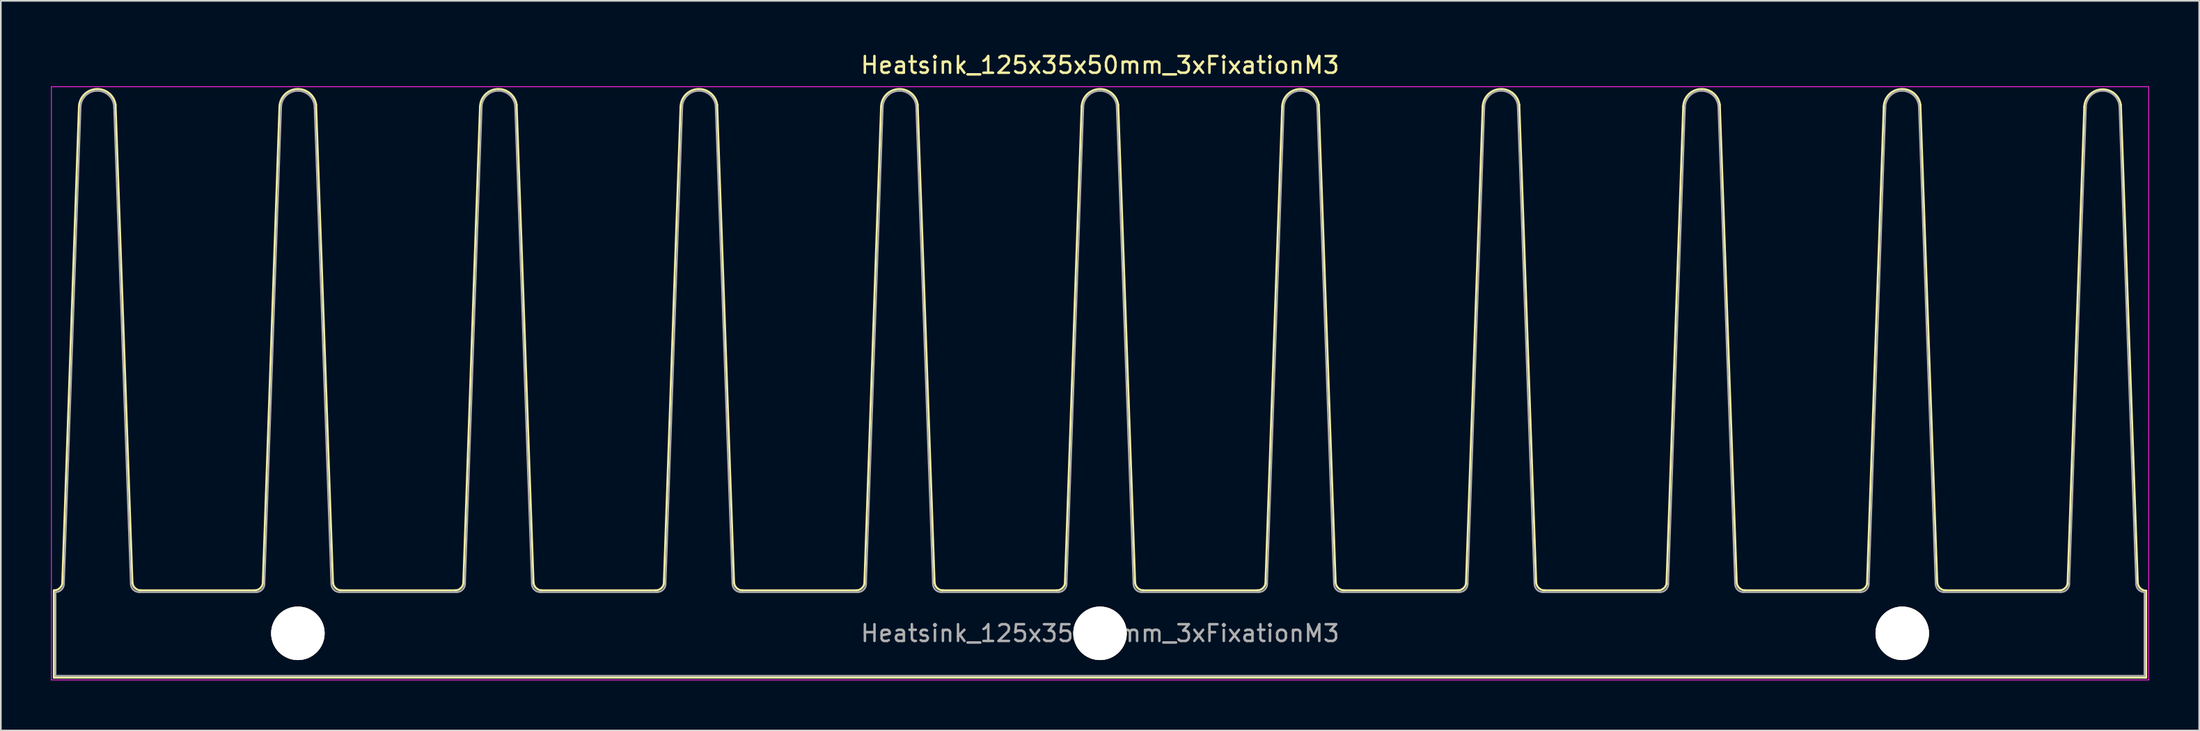
<source format=kicad_pcb>
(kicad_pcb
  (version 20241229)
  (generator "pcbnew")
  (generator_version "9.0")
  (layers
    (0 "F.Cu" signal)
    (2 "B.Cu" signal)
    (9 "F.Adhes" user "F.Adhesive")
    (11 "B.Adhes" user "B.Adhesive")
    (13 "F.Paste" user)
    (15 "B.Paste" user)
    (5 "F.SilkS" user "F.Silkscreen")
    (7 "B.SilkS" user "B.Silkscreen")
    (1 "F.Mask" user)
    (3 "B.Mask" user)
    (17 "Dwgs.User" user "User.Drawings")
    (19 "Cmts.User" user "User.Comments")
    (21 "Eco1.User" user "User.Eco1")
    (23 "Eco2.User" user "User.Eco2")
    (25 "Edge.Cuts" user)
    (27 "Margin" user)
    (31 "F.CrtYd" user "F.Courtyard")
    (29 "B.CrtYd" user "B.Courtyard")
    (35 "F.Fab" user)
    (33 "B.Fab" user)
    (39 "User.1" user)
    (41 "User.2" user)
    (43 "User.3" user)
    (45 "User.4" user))
  (footprint "Heatsink_125x35x50mm_3xFixationM3"
    (layer "F.Cu")
    (at 62.775 34.848)
    (property "Reference" "Heatsink_125x35x50mm_3xFixationM3" (at 0 -34 0) (layer "F.SilkS") (effects (font (size 1 1) (thickness 0.15))))
    (attr through_hole)
    (fp_line (start -62.6 2.65) (end -62.6 -2.57) (stroke (width 0.12) (type solid)) (layer "F.SilkS"))
    (fp_line (start -62.1 -2.97) (end -61.1 -31.52) (stroke (width 0.12) (type solid)) (layer "F.SilkS"))
    (fp_line (start -57.9 -3.02) (end -58.91 -31.62) (stroke (width 0.12) (type solid)) (layer "F.SilkS"))
    (fp_line (start -50.58 -2.57) (end -57.42 -2.57) (stroke (width 0.12) (type solid)) (layer "F.SilkS"))
    (fp_line (start -50.1 -2.97) (end -49.1 -31.52) (stroke (width 0.12) (type solid)) (layer "F.SilkS"))
    (fp_line (start -45.9 -3.02) (end -46.91 -31.62) (stroke (width 0.12) (type solid)) (layer "F.SilkS"))
    (fp_line (start -38.58 -2.57) (end -45.42 -2.57) (stroke (width 0.12) (type solid)) (layer "F.SilkS"))
    (fp_line (start -38.1 -2.97) (end -37.1 -31.52) (stroke (width 0.12) (type solid)) (layer "F.SilkS"))
    (fp_line (start -33.9 -3.02) (end -34.91 -31.62) (stroke (width 0.12) (type solid)) (layer "F.SilkS"))
    (fp_line (start -26.58 -2.57) (end -33.42 -2.57) (stroke (width 0.12) (type solid)) (layer "F.SilkS"))
    (fp_line (start -26.1 -2.97) (end -25.1 -31.52) (stroke (width 0.12) (type solid)) (layer "F.SilkS"))
    (fp_line (start -21.9 -3.02) (end -22.91 -31.62) (stroke (width 0.12) (type solid)) (layer "F.SilkS"))
    (fp_line (start -14.58 -2.57) (end -21.42 -2.57) (stroke (width 0.12) (type solid)) (layer "F.SilkS"))
    (fp_line (start -14.1 -2.97) (end -13.1 -31.52) (stroke (width 0.12) (type solid)) (layer "F.SilkS"))
    (fp_line (start -9.9 -3.02) (end -10.91 -31.62) (stroke (width 0.12) (type solid)) (layer "F.SilkS"))
    (fp_line (start -2.58 -2.57) (end -9.42 -2.57) (stroke (width 0.12) (type solid)) (layer "F.SilkS"))
    (fp_line (start -2.1 -2.97) (end -1.1 -31.52) (stroke (width 0.12) (type solid)) (layer "F.SilkS"))
    (fp_line (start 2.1 -3.02) (end 1.09 -31.62) (stroke (width 0.12) (type solid)) (layer "F.SilkS"))
    (fp_line (start 9.42 -2.57) (end 2.58 -2.57) (stroke (width 0.12) (type solid)) (layer "F.SilkS"))
    (fp_line (start 9.9 -2.97) (end 10.9 -31.52) (stroke (width 0.12) (type solid)) (layer "F.SilkS"))
    (fp_line (start 14.1 -3.02) (end 13.09 -31.62) (stroke (width 0.12) (type solid)) (layer "F.SilkS"))
    (fp_line (start 21.42 -2.57) (end 14.58 -2.57) (stroke (width 0.12) (type solid)) (layer "F.SilkS"))
    (fp_line (start 21.9 -2.97) (end 22.9 -31.52) (stroke (width 0.12) (type solid)) (layer "F.SilkS"))
    (fp_line (start 26.1 -3.02) (end 25.09 -31.62) (stroke (width 0.12) (type solid)) (layer "F.SilkS"))
    (fp_line (start 33.42 -2.57) (end 26.58 -2.57) (stroke (width 0.12) (type solid)) (layer "F.SilkS"))
    (fp_line (start 33.9 -2.97) (end 34.9 -31.52) (stroke (width 0.12) (type solid)) (layer "F.SilkS"))
    (fp_line (start 38.1 -3.02) (end 37.09 -31.62) (stroke (width 0.12) (type solid)) (layer "F.SilkS"))
    (fp_line (start 45.42 -2.57) (end 38.58 -2.57) (stroke (width 0.12) (type solid)) (layer "F.SilkS"))
    (fp_line (start 45.9 -2.97) (end 46.9 -31.52) (stroke (width 0.12) (type solid)) (layer "F.SilkS"))
    (fp_line (start 50.1 -3.02) (end 49.09 -31.62) (stroke (width 0.12) (type solid)) (layer "F.SilkS"))
    (fp_line (start 57.42 -2.57) (end 50.58 -2.57) (stroke (width 0.12) (type solid)) (layer "F.SilkS"))
    (fp_line (start 57.9 -2.95) (end 58.9 -31.5) (stroke (width 0.12) (type solid)) (layer "F.SilkS"))
    (fp_line (start 62.1 -3) (end 61.09 -31.6) (stroke (width 0.12) (type solid)) (layer "F.SilkS"))
    (fp_line (start 62.6 -2.55) (end 62.6 2.65) (stroke (width 0.12) (type solid)) (layer "F.SilkS"))
    (fp_line (start 62.6 2.65) (end -62.6 2.65) (stroke (width 0.12) (type solid)) (layer "F.SilkS"))
    (fp_arc (start -62.101906 -2.961535) (mid -62.277136 -2.679979) (end -62.59 -2.57) (stroke (width 0.12) (type solid)) (layer "F.SilkS"))
    (fp_arc (start -61.1 -31.52) (mid -60.049591 -32.570019) (end -58.908961 -31.618777) (stroke (width 0.12) (type solid)) (layer "F.SilkS"))
    (fp_arc (start -57.4 -2.57) (mid -57.735503 -2.699274) (end -57.897519 -3.020249) (stroke (width 0.12) (type solid)) (layer "F.SilkS"))
    (fp_arc (start -50.101906 -2.961535) (mid -50.277136 -2.679979) (end -50.59 -2.57) (stroke (width 0.12) (type solid)) (layer "F.SilkS"))
    (fp_arc (start -49.1 -31.52) (mid -48.049591 -32.570019) (end -46.908961 -31.618777) (stroke (width 0.12) (type solid)) (layer "F.SilkS"))
    (fp_arc (start -45.4 -2.57) (mid -45.735503 -2.699274) (end -45.897519 -3.020249) (stroke (width 0.12) (type solid)) (layer "F.SilkS"))
    (fp_arc (start -38.101906 -2.961535) (mid -38.277136 -2.679979) (end -38.59 -2.57) (stroke (width 0.12) (type solid)) (layer "F.SilkS"))
    (fp_arc (start -37.1 -31.52) (mid -36.049591 -32.570019) (end -34.908961 -31.618777) (stroke (width 0.12) (type solid)) (layer "F.SilkS"))
    (fp_arc (start -33.4 -2.57) (mid -33.735503 -2.699274) (end -33.897519 -3.020249) (stroke (width 0.12) (type solid)) (layer "F.SilkS"))
    (fp_arc (start -26.101906 -2.961535) (mid -26.277136 -2.679979) (end -26.59 -2.57) (stroke (width 0.12) (type solid)) (layer "F.SilkS"))
    (fp_arc (start -25.1 -31.52) (mid -24.049591 -32.570019) (end -22.908961 -31.618777) (stroke (width 0.12) (type solid)) (layer "F.SilkS"))
    (fp_arc (start -21.4 -2.57) (mid -21.735503 -2.699274) (end -21.897519 -3.020249) (stroke (width 0.12) (type solid)) (layer "F.SilkS"))
    (fp_arc (start -14.101906 -2.961535) (mid -14.277136 -2.679979) (end -14.59 -2.57) (stroke (width 0.12) (type solid)) (layer "F.SilkS"))
    (fp_arc (start -13.1 -31.52) (mid -12.049591 -32.570019) (end -10.908961 -31.618777) (stroke (width 0.12) (type solid)) (layer "F.SilkS"))
    (fp_arc (start -9.4 -2.57) (mid -9.735503 -2.699274) (end -9.897519 -3.020249) (stroke (width 0.12) (type solid)) (layer "F.SilkS"))
    (fp_arc (start -2.101906 -2.961535) (mid -2.277136 -2.679979) (end -2.59 -2.57) (stroke (width 0.12) (type solid)) (layer "F.SilkS"))
    (fp_arc (start -1.1 -31.52) (mid -0.049591 -32.570019) (end 1.091039 -31.618777) (stroke (width 0.12) (type solid)) (layer "F.SilkS"))
    (fp_arc (start 2.6 -2.57) (mid 2.264497 -2.699274) (end 2.102481 -3.020249) (stroke (width 0.12) (type solid)) (layer "F.SilkS"))
    (fp_arc (start 9.898094 -2.961535) (mid 9.722864 -2.679979) (end 9.41 -2.57) (stroke (width 0.12) (type solid)) (layer "F.SilkS"))
    (fp_arc (start 10.9 -31.52) (mid 11.950409 -32.570019) (end 13.091039 -31.618777) (stroke (width 0.12) (type solid)) (layer "F.SilkS"))
    (fp_arc (start 14.6 -2.57) (mid 14.264497 -2.699274) (end 14.102481 -3.020249) (stroke (width 0.12) (type solid)) (layer "F.SilkS"))
    (fp_arc (start 21.898094 -2.961535) (mid 21.722864 -2.679979) (end 21.41 -2.57) (stroke (width 0.12) (type solid)) (layer "F.SilkS"))
    (fp_arc (start 22.9 -31.52) (mid 23.950409 -32.570019) (end 25.091039 -31.618777) (stroke (width 0.12) (type solid)) (layer "F.SilkS"))
    (fp_arc (start 26.6 -2.57) (mid 26.264497 -2.699274) (end 26.102481 -3.020249) (stroke (width 0.12) (type solid)) (layer "F.SilkS"))
    (fp_arc (start 33.898094 -2.961535) (mid 33.722864 -2.679979) (end 33.41 -2.57) (stroke (width 0.12) (type solid)) (layer "F.SilkS"))
    (fp_arc (start 34.9 -31.52) (mid 35.950409 -32.570019) (end 37.091039 -31.618777) (stroke (width 0.12) (type solid)) (layer "F.SilkS"))
    (fp_arc (start 38.6 -2.57) (mid 38.264497 -2.699274) (end 38.102481 -3.020249) (stroke (width 0.12) (type solid)) (layer "F.SilkS"))
    (fp_arc (start 45.898094 -2.961535) (mid 45.722864 -2.679979) (end 45.41 -2.57) (stroke (width 0.12) (type solid)) (layer "F.SilkS"))
    (fp_arc (start 46.9 -31.52) (mid 47.950409 -32.570019) (end 49.091039 -31.618777) (stroke (width 0.12) (type solid)) (layer "F.SilkS"))
    (fp_arc (start 50.6 -2.57) (mid 50.264497 -2.699274) (end 50.102481 -3.020249) (stroke (width 0.12) (type solid)) (layer "F.SilkS"))
    (fp_arc (start 57.898094 -2.961535) (mid 57.722864 -2.679979) (end 57.41 -2.57) (stroke (width 0.12) (type solid)) (layer "F.SilkS"))
    (fp_arc (start 58.9 -31.5) (mid 59.950409 -32.550019) (end 61.091039 -31.598777) (stroke (width 0.12) (type solid)) (layer "F.SilkS"))
    (fp_arc (start 62.6 -2.55) (mid 62.264497 -2.679274) (end 62.102481 -3.000249) (stroke (width 0.12) (type solid)) (layer "F.SilkS"))
    (fp_line (start -62.75 -32.71) (end -62.75 2.79) (stroke (width 0.05) (type solid)) (layer "F.CrtYd"))
    (fp_line (start -62.75 -32.71) (end 62.75 -32.71) (stroke (width 0.05) (type solid)) (layer "F.CrtYd"))
    (fp_line (start 62.75 2.79) (end -62.75 2.79) (stroke (width 0.05) (type solid)) (layer "F.CrtYd"))
    (fp_line (start 62.75 2.79) (end 62.75 -32.71) (stroke (width 0.05) (type solid)) (layer "F.CrtYd"))
    (fp_line (start -62.5 2.54) (end 62.5 2.54) (stroke (width 0.1) (type solid)) (layer "F.Fab"))
    (fp_line (start -62.499 2.54) (end -62.499 -2.461) (stroke (width 0.1) (type solid)) (layer "F.Fab"))
    (fp_line (start -61.001 -31.463) (end -61.999 -2.962) (stroke (width 0.1) (type solid)) (layer "F.Fab"))
    (fp_line (start -58.001 -2.962) (end -58.999 -31.463) (stroke (width 0.1) (type solid)) (layer "F.Fab"))
    (fp_line (start -50.5 -2.461) (end -57.501 -2.461) (stroke (width 0.1) (type solid)) (layer "F.Fab"))
    (fp_line (start -49.002 -31.46) (end -50 -2.959) (stroke (width 0.1) (type solid)) (layer "F.Fab"))
    (fp_line (start -46.002 -2.959) (end -47 -31.46) (stroke (width 0.1) (type solid)) (layer "F.Fab"))
    (fp_line (start -38.499 -2.461) (end -45.499 -2.461) (stroke (width 0.1) (type solid)) (layer "F.Fab"))
    (fp_line (start -37 -31.463) (end -37.998 -2.962) (stroke (width 0.1) (type solid)) (layer "F.Fab"))
    (fp_line (start -34 -2.962) (end -34.999 -31.463) (stroke (width 0.1) (type solid)) (layer "F.Fab"))
    (fp_line (start -26.5 -2.461) (end -33.5 -2.461) (stroke (width 0.1) (type solid)) (layer "F.Fab"))
    (fp_line (start -24.999 -31.463) (end -25.997 -2.962) (stroke (width 0.1) (type solid)) (layer "F.Fab"))
    (fp_line (start -21.999 -2.962) (end -22.997 -31.463) (stroke (width 0.1) (type solid)) (layer "F.Fab"))
    (fp_line (start -14.501 -2.461) (end -21.501 -2.461) (stroke (width 0.1) (type solid)) (layer "F.Fab"))
    (fp_line (start -13 -31.46) (end -13.998 -2.959) (stroke (width 0.1) (type solid)) (layer "F.Fab"))
    (fp_line (start -10 -2.959) (end -10.998 -31.46) (stroke (width 0.1) (type solid)) (layer "F.Fab"))
    (fp_line (start -2.499 -2.461) (end -9.5 -2.461) (stroke (width 0.1) (type solid)) (layer "F.Fab"))
    (fp_line (start -1.001 -31.46) (end -1.999 -2.959) (stroke (width 0.1) (type solid)) (layer "F.Fab"))
    (fp_line (start 1.999 -2.959) (end 1.001 -31.46) (stroke (width 0.1) (type solid)) (layer "F.Fab"))
    (fp_line (start 9.5 -2.461) (end 2.499 -2.461) (stroke (width 0.1) (type solid)) (layer "F.Fab"))
    (fp_line (start 10.998 -31.463) (end 10 -2.962) (stroke (width 0.1) (type solid)) (layer "F.Fab"))
    (fp_line (start 13.998 -2.962) (end 13 -31.463) (stroke (width 0.1) (type solid)) (layer "F.Fab"))
    (fp_line (start 21.501 -2.461) (end 14.501 -2.461) (stroke (width 0.1) (type solid)) (layer "F.Fab"))
    (fp_line (start 22.997 -31.463) (end 21.999 -2.962) (stroke (width 0.1) (type solid)) (layer "F.Fab"))
    (fp_line (start 25.997 -2.962) (end 24.999 -31.463) (stroke (width 0.1) (type solid)) (layer "F.Fab"))
    (fp_line (start 33.5 -2.461) (end 26.5 -2.461) (stroke (width 0.1) (type solid)) (layer "F.Fab"))
    (fp_line (start 35.001 -31.46) (end 34.003 -2.959) (stroke (width 0.1) (type solid)) (layer "F.Fab"))
    (fp_line (start 38.001 -2.959) (end 37.003 -31.46) (stroke (width 0.1) (type solid)) (layer "F.Fab"))
    (fp_line (start 45.499 -2.461) (end 38.499 -2.461) (stroke (width 0.1) (type solid)) (layer "F.Fab"))
    (fp_line (start 47 -31.46) (end 46.002 -2.959) (stroke (width 0.1) (type solid)) (layer "F.Fab"))
    (fp_line (start 50 -2.959) (end 49.002 -31.46) (stroke (width 0.1) (type solid)) (layer "F.Fab"))
    (fp_line (start 57.501 -2.461) (end 50.5 -2.461) (stroke (width 0.1) (type solid)) (layer "F.Fab"))
    (fp_line (start 58.999 -31.463) (end 58.001 -2.962) (stroke (width 0.1) (type solid)) (layer "F.Fab"))
    (fp_line (start 61.999 -2.962) (end 61.001 -31.463) (stroke (width 0.1) (type solid)) (layer "F.Fab"))
    (fp_line (start 62.5 2.54) (end 62.5 -2.46) (stroke (width 0.1) (type solid)) (layer "F.Fab"))
    (fp_arc (start -61.99632 -2.96418) (mid -62.142878 -2.610358) (end -62.4967 -2.4638) (stroke (width 0.1) (type solid)) (layer "F.Fab"))
    (fp_arc (start -61.00064 -31.46298) (mid -60.707524 -32.170624) (end -59.99988 -32.46374) (stroke (width 0.1) (type solid)) (layer "F.Fab"))
    (fp_arc (start -59.99988 -32.46374) (mid -59.292236 -32.170624) (end -58.99912 -31.46298) (stroke (width 0.1) (type solid)) (layer "F.Fab"))
    (fp_arc (start -57.50052 -2.4638) (mid -57.852546 -2.609614) (end -57.99836 -2.96164) (stroke (width 0.1) (type solid)) (layer "F.Fab"))
    (fp_arc (start -49.99736 -2.96164) (mid -50.143918 -2.607818) (end -50.49774 -2.46126) (stroke (width 0.1) (type solid)) (layer "F.Fab"))
    (fp_arc (start -49.00168 -31.46044) (mid -48.708564 -32.168084) (end -48.00092 -32.4612) (stroke (width 0.1) (type solid)) (layer "F.Fab"))
    (fp_arc (start -48.00092 -32.4612) (mid -47.293276 -32.168084) (end -47.00016 -31.46044) (stroke (width 0.1) (type solid)) (layer "F.Fab"))
    (fp_arc (start -45.50156 -2.46126) (mid -45.853586 -2.607074) (end -45.9994 -2.9591) (stroke (width 0.1) (type solid)) (layer "F.Fab"))
    (fp_arc (start -37.99586 -2.96418) (mid -38.142418 -2.610358) (end -38.49624 -2.4638) (stroke (width 0.1) (type solid)) (layer "F.Fab"))
    (fp_arc (start -37.00018 -31.46298) (mid -36.707064 -32.170624) (end -35.99942 -32.46374) (stroke (width 0.1) (type solid)) (layer "F.Fab"))
    (fp_arc (start -35.99942 -32.46374) (mid -35.291776 -32.170624) (end -34.99866 -31.46298) (stroke (width 0.1) (type solid)) (layer "F.Fab"))
    (fp_arc (start -33.50006 -2.4638) (mid -33.852086 -2.609614) (end -33.9979 -2.96164) (stroke (width 0.1) (type solid)) (layer "F.Fab"))
    (fp_arc (start -25.99436 -2.96418) (mid -26.140918 -2.610358) (end -26.49474 -2.4638) (stroke (width 0.1) (type solid)) (layer "F.Fab"))
    (fp_arc (start -24.99868 -31.46298) (mid -24.705564 -32.170624) (end -23.99792 -32.46374) (stroke (width 0.1) (type solid)) (layer "F.Fab"))
    (fp_arc (start -23.99792 -32.46374) (mid -23.290276 -32.170624) (end -22.99716 -31.46298) (stroke (width 0.1) (type solid)) (layer "F.Fab"))
    (fp_arc (start -21.49856 -2.4638) (mid -21.850586 -2.609614) (end -21.9964 -2.96164) (stroke (width 0.1) (type solid)) (layer "F.Fab"))
    (fp_arc (start -13.9954 -2.96164) (mid -14.141958 -2.607818) (end -14.49578 -2.46126) (stroke (width 0.1) (type solid)) (layer "F.Fab"))
    (fp_arc (start -12.99972 -31.46044) (mid -12.706604 -32.168084) (end -11.99896 -32.4612) (stroke (width 0.1) (type solid)) (layer "F.Fab"))
    (fp_arc (start -11.99896 -32.4612) (mid -11.291316 -32.168084) (end -10.9982 -31.46044) (stroke (width 0.1) (type solid)) (layer "F.Fab"))
    (fp_arc (start -9.4996 -2.46126) (mid -9.851626 -2.607074) (end -9.99744 -2.9591) (stroke (width 0.1) (type solid)) (layer "F.Fab"))
    (fp_arc (start -1.99644 -2.96164) (mid -2.142998 -2.607818) (end -2.49682 -2.46126) (stroke (width 0.1) (type solid)) (layer "F.Fab"))
    (fp_arc (start -1.00076 -31.46044) (mid -0.707644 -32.168084) (end 0 -32.4612) (stroke (width 0.1) (type solid)) (layer "F.Fab"))
    (fp_arc (start 0 -32.4612) (mid 0.707644 -32.168084) (end 1.00076 -31.46044) (stroke (width 0.1) (type solid)) (layer "F.Fab"))
    (fp_arc (start 2.49936 -2.46126) (mid 2.147334 -2.607074) (end 2.00152 -2.9591) (stroke (width 0.1) (type solid)) (layer "F.Fab"))
    (fp_arc (start 10.00252 -2.96418) (mid 9.855962 -2.610358) (end 9.50214 -2.4638) (stroke (width 0.1) (type solid)) (layer "F.Fab"))
    (fp_arc (start 10.9982 -31.46298) (mid 11.291316 -32.170624) (end 11.99896 -32.46374) (stroke (width 0.1) (type solid)) (layer "F.Fab"))
    (fp_arc (start 11.99896 -32.46374) (mid 12.706604 -32.170624) (end 12.99972 -31.46298) (stroke (width 0.1) (type solid)) (layer "F.Fab"))
    (fp_arc (start 14.49832 -2.4638) (mid 14.146294 -2.609614) (end 14.00048 -2.96164) (stroke (width 0.1) (type solid)) (layer "F.Fab"))
    (fp_arc (start 22.00148 -2.96418) (mid 21.854922 -2.610358) (end 21.5011 -2.4638) (stroke (width 0.1) (type solid)) (layer "F.Fab"))
    (fp_arc (start 22.99716 -31.46298) (mid 23.290276 -32.170624) (end 23.99792 -32.46374) (stroke (width 0.1) (type solid)) (layer "F.Fab"))
    (fp_arc (start 23.99792 -32.46374) (mid 24.705564 -32.170624) (end 24.99868 -31.46298) (stroke (width 0.1) (type solid)) (layer "F.Fab"))
    (fp_arc (start 26.49728 -2.4638) (mid 26.145254 -2.609614) (end 25.99944 -2.96164) (stroke (width 0.1) (type solid)) (layer "F.Fab"))
    (fp_arc (start 34.00552 -2.96164) (mid 33.858962 -2.607818) (end 33.50514 -2.46126) (stroke (width 0.1) (type solid)) (layer "F.Fab"))
    (fp_arc (start 35.0012 -31.46044) (mid 35.294316 -32.168084) (end 36.00196 -32.4612) (stroke (width 0.1) (type solid)) (layer "F.Fab"))
    (fp_arc (start 36.00196 -32.4612) (mid 36.709604 -32.168084) (end 37.00272 -31.46044) (stroke (width 0.1) (type solid)) (layer "F.Fab"))
    (fp_arc (start 38.50132 -2.46126) (mid 38.149294 -2.607074) (end 38.00348 -2.9591) (stroke (width 0.1) (type solid)) (layer "F.Fab"))
    (fp_arc (start 46.00448 -2.96164) (mid 45.857922 -2.607818) (end 45.5041 -2.46126) (stroke (width 0.1) (type solid)) (layer "F.Fab"))
    (fp_arc (start 47.00016 -31.46044) (mid 47.293276 -32.168084) (end 48.00092 -32.4612) (stroke (width 0.1) (type solid)) (layer "F.Fab"))
    (fp_arc (start 48.00092 -32.4612) (mid 48.708564 -32.168084) (end 49.00168 -31.46044) (stroke (width 0.1) (type solid)) (layer "F.Fab"))
    (fp_arc (start 50.50028 -2.46126) (mid 50.148254 -2.607074) (end 50.00244 -2.9591) (stroke (width 0.1) (type solid)) (layer "F.Fab"))
    (fp_arc (start 58.00344 -2.96418) (mid 57.856882 -2.610358) (end 57.50306 -2.4638) (stroke (width 0.1) (type solid)) (layer "F.Fab"))
    (fp_arc (start 58.99912 -31.46298) (mid 59.292236 -32.170624) (end 59.99988 -32.46374) (stroke (width 0.1) (type solid)) (layer "F.Fab"))
    (fp_arc (start 59.99988 -32.46374) (mid 60.707524 -32.170624) (end 61.00064 -31.46298) (stroke (width 0.1) (type solid)) (layer "F.Fab"))
    (fp_arc (start 62.5 -2.46) (mid 62.145287 -2.606927) (end 61.99836 -2.96164) (stroke (width 0.1) (type solid)) (layer "F.Fab"))
    (fp_text user "${REFERENCE}" (at 0.003 0 0) (layer "F.Fab") (effects (font (size 1 1) (thickness 0.15))))
    (pad "" np_thru_hole circle (at -48 0) (size 3.2 3.2) (drill 3.2) (layers "*.Cu" "*.SilkS" "*.Mask"))
    (pad "" np_thru_hole circle (at 0 0) (size 3.2 3.2) (drill 3.2) (layers "*.Cu" "*.SilkS" "*.Mask"))
    (pad "" np_thru_hole circle (at 48.006 0) (size 3.2 3.2) (drill 3.2) (layers "*.Cu" "*.SilkS" "*.Mask")))
  (gr_rect
    (start -3 -3)
    (end 128.55 40.663)
    (stroke (width 0.1) (type default))
    (fill no)
    (layer "Edge.Cuts")))
</source>
